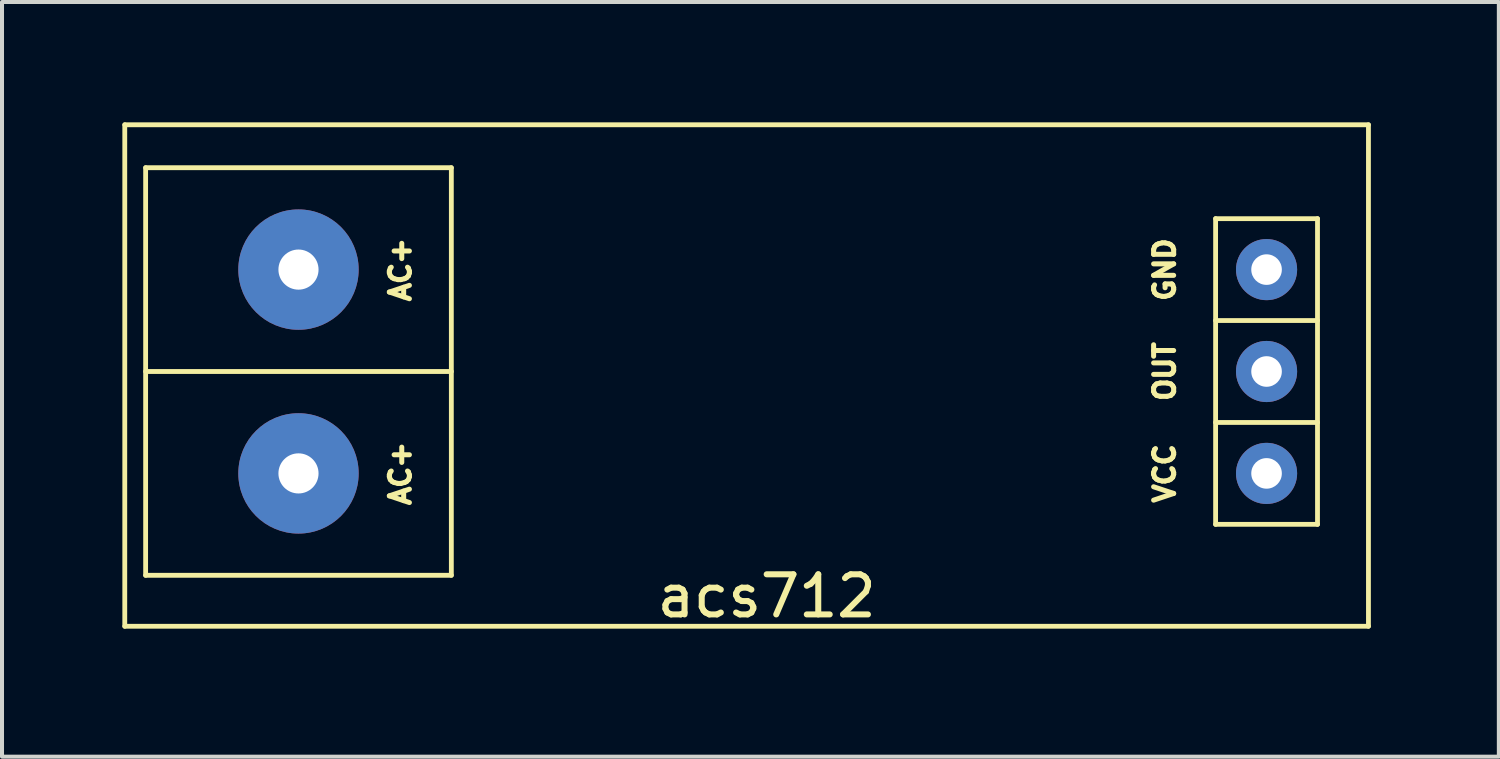
<source format=kicad_pcb>
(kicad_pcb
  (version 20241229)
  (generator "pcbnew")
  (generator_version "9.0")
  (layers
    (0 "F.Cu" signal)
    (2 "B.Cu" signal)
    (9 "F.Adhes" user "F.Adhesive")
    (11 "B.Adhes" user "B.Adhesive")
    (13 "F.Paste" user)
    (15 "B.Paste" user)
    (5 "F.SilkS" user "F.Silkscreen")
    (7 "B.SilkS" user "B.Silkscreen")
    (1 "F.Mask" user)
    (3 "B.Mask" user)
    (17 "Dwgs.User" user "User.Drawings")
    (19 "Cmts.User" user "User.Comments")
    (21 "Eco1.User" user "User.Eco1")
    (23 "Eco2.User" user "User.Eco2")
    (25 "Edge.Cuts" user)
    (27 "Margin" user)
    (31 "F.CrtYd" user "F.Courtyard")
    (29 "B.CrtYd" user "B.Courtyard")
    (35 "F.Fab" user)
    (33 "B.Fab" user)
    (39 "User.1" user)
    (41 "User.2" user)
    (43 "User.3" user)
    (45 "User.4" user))
  (footprint "acs712"
    (layer "F.Cu")
    (at 31.06 12.56)
    (property "Reference" "acs712" (at -15 -0.75 0) (layer "F.SilkS") (effects (font (size 1 1) (thickness 0.15))))
    (attr through_hole)
    (fp_line (start -31 -12.5) (end 0 -12.5) (stroke (width 0.12) (type solid)) (layer "F.SilkS"))
    (fp_line (start -31 0) (end -31 -12.5) (stroke (width 0.12) (type solid)) (layer "F.SilkS"))
    (fp_line (start -31 0) (end 0 0) (stroke (width 0.12) (type solid)) (layer "F.SilkS"))
    (fp_line (start -30.48 -11.43) (end -22.86 -11.43) (stroke (width 0.12) (type solid)) (layer "F.SilkS"))
    (fp_line (start -30.48 -6.35) (end -22.86 -6.35) (stroke (width 0.12) (type solid)) (layer "F.SilkS"))
    (fp_line (start -30.48 -1.27) (end -30.48 -11.43) (stroke (width 0.12) (type solid)) (layer "F.SilkS"))
    (fp_line (start -22.86 -11.43) (end -22.86 -1.27) (stroke (width 0.12) (type solid)) (layer "F.SilkS"))
    (fp_line (start -22.86 -1.27) (end -30.48 -1.27) (stroke (width 0.12) (type solid)) (layer "F.SilkS"))
    (fp_line (start -3.81 -10.16) (end -3.81 -2.54) (stroke (width 0.12) (type solid)) (layer "F.SilkS"))
    (fp_line (start -3.81 -5.08) (end -1.27 -5.08) (stroke (width 0.12) (type solid)) (layer "F.SilkS"))
    (fp_line (start -3.81 -2.54) (end -1.27 -2.54) (stroke (width 0.12) (type solid)) (layer "F.SilkS"))
    (fp_line (start -1.27 -10.16) (end -3.81 -10.16) (stroke (width 0.12) (type solid)) (layer "F.SilkS"))
    (fp_line (start -1.27 -7.62) (end -3.81 -7.62) (stroke (width 0.12) (type solid)) (layer "F.SilkS"))
    (fp_line (start -1.27 -2.54) (end -1.27 -10.16) (stroke (width 0.12) (type solid)) (layer "F.SilkS"))
    (fp_line (start 0 -12.5) (end 0 0) (stroke (width 0.12) (type solid)) (layer "F.SilkS"))
    (fp_text user "OUT" (at -5.08 -6.35 90) (layer "F.SilkS") (effects (font (size 0.5 0.5) (thickness 0.125))))
    (fp_text user "GND" (at -5.08 -8.89 90) (layer "F.SilkS") (effects (font (size 0.5 0.5) (thickness 0.125))))
    (fp_text user "AC+" (at -24.13 -8.89 270) (layer "F.SilkS") (effects (font (size 0.5 0.5) (thickness 0.125))))
    (fp_text user "AC+" (at -24.13 -3.81 270) (layer "F.SilkS") (effects (font (size 0.5 0.5) (thickness 0.125))))
    (fp_text user "VCC" (at -5.08 -3.81 90) (layer "F.SilkS") (effects (font (size 0.5 0.5) (thickness 0.125))))
    (pad "1" thru_hole circle (at -2.54 -8.89) (size 1.524 1.524) (drill 0.762) (layers "*.Cu" "*.Mask"))
    (pad "2" thru_hole circle (at -2.54 -6.35) (size 1.524 1.524) (drill 0.762) (layers "*.Cu" "*.Mask"))
    (pad "3" thru_hole circle (at -2.54 -3.81) (size 1.524 1.524) (drill 0.762) (layers "*.Cu" "*.Mask"))
    (pad "4" thru_hole circle (at -26.67 -8.89) (size 3 3) (drill 1) (layers "*.Cu" "*.Mask"))
    (pad "5" thru_hole circle (at -26.67 -3.81) (size 3 3) (drill 1) (layers "*.Cu" "*.Mask")))
  (gr_rect
    (start -3 -3)
    (end 34.31 15.81)
    (stroke (width 0.1) (type default))
    (fill no)
    (layer "Edge.Cuts")))
</source>
